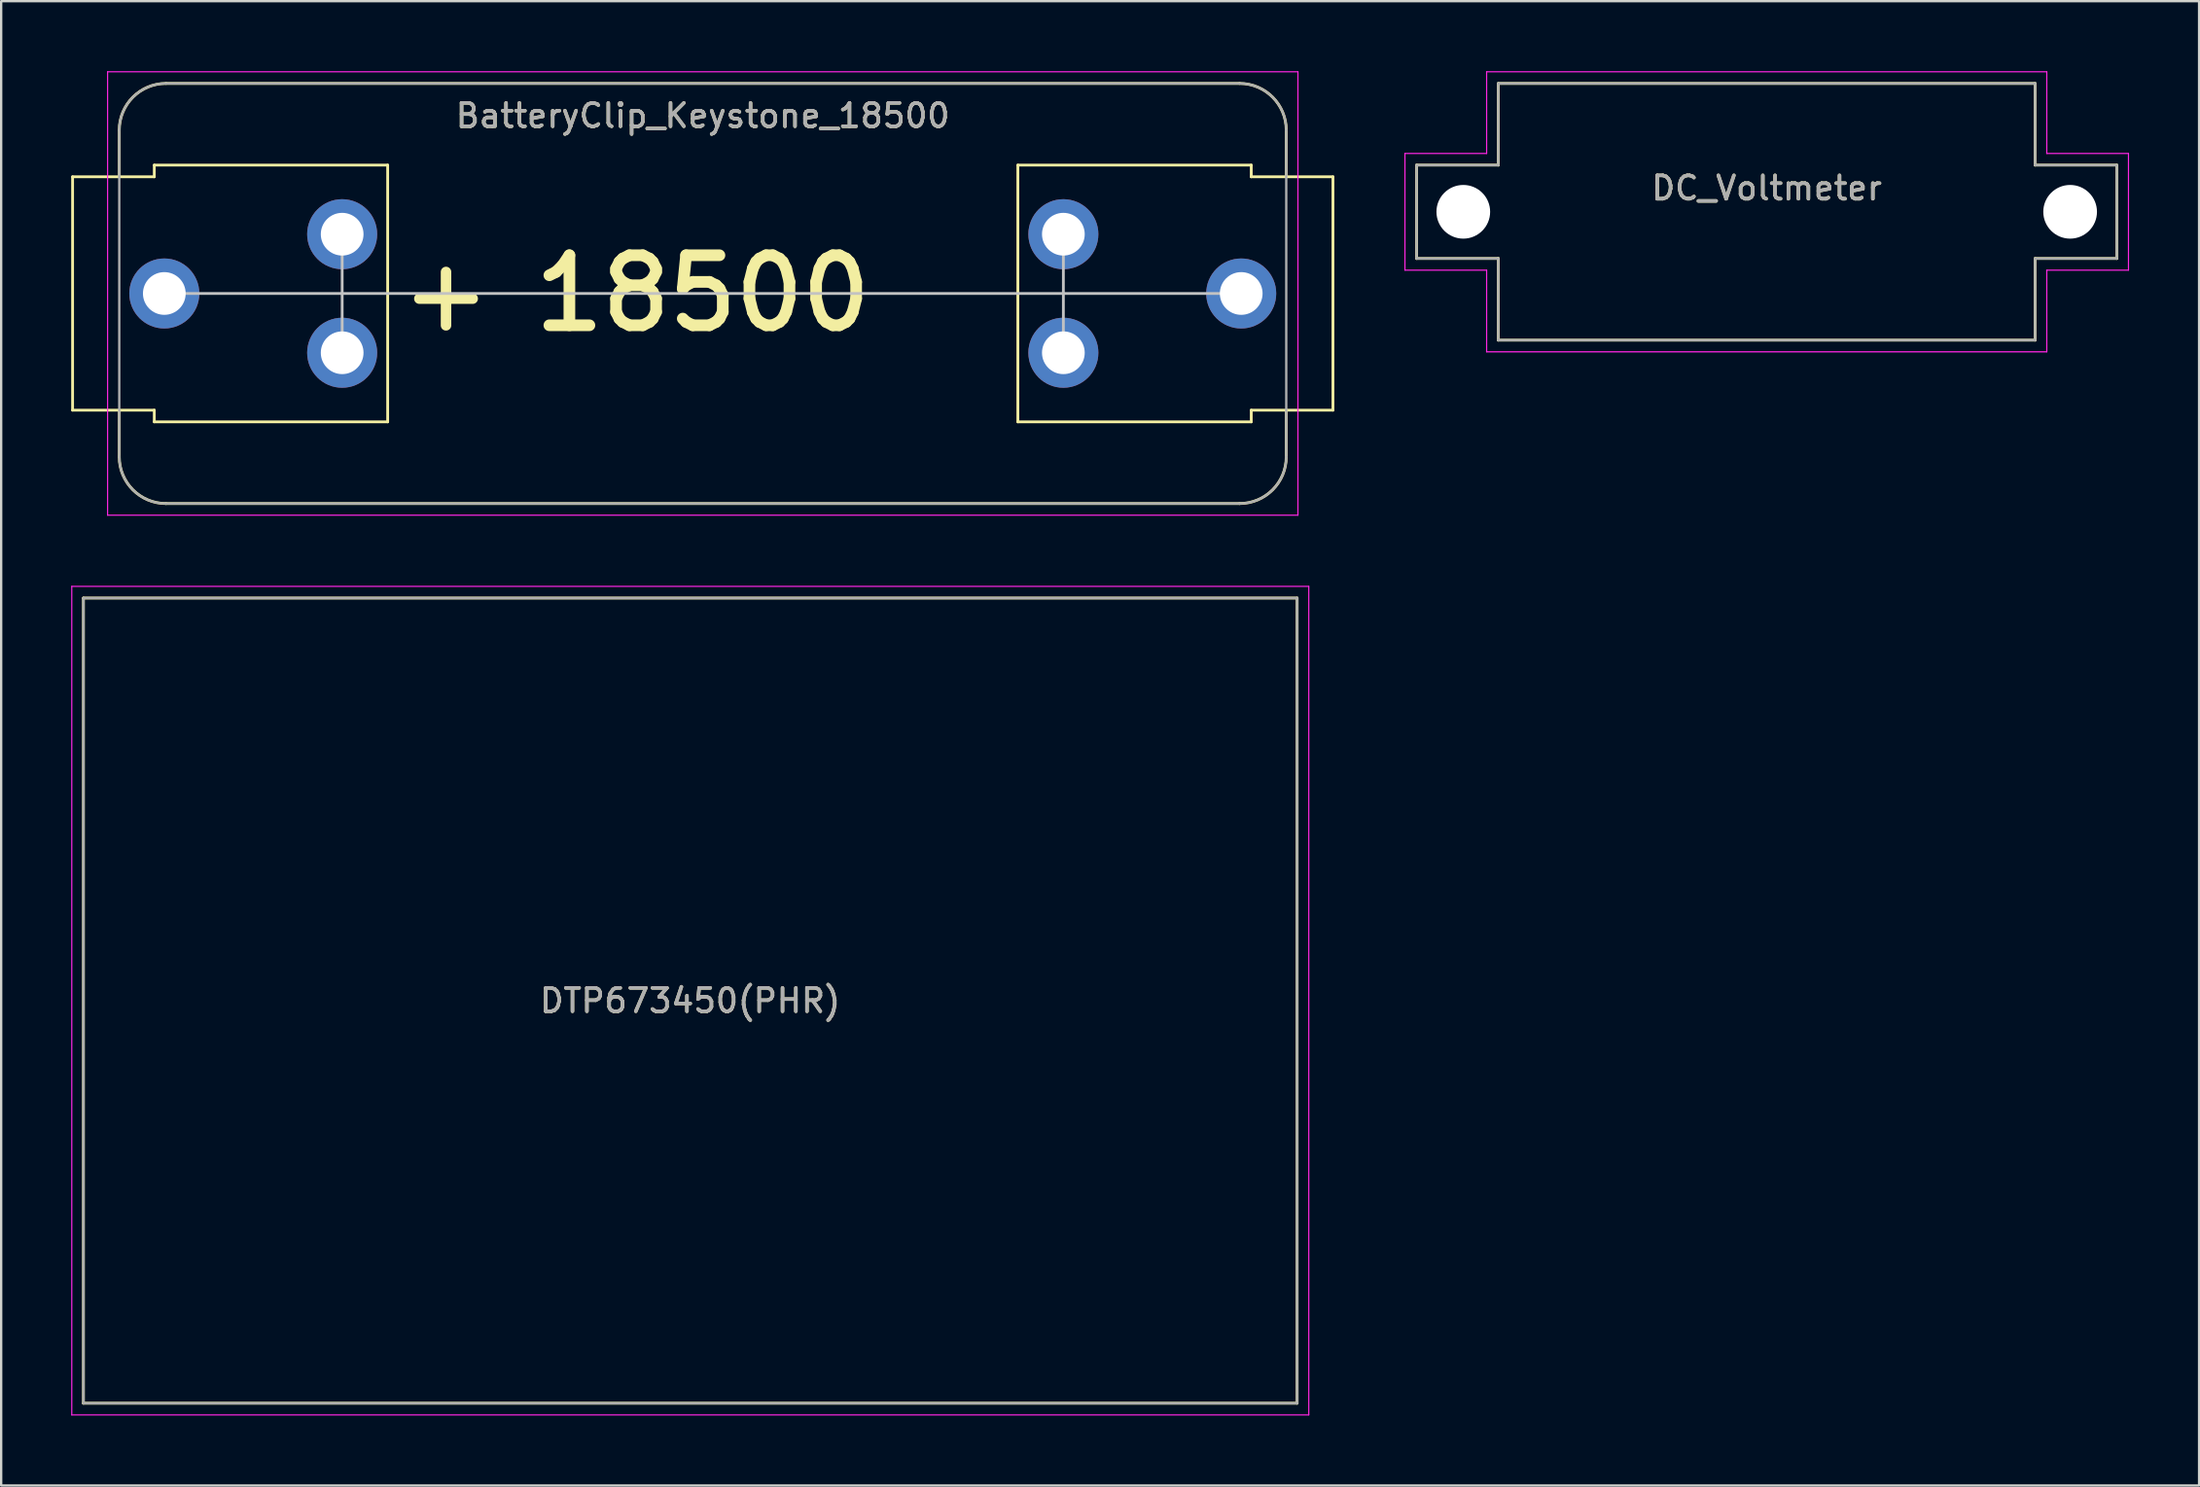
<source format=kicad_pcb>
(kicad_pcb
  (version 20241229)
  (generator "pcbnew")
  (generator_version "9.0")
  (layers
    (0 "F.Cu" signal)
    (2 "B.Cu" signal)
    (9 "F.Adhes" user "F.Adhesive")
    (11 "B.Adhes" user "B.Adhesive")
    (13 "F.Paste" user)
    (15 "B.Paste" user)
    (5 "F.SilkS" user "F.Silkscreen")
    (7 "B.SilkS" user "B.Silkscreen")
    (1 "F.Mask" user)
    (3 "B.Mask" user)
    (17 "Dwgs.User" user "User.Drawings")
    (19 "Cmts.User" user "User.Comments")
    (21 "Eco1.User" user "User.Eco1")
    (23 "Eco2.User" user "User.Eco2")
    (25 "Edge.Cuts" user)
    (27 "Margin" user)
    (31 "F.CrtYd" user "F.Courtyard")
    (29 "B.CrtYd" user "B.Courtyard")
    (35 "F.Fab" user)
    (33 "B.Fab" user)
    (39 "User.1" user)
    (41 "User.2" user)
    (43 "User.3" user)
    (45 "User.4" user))
  (footprint "DTP673450(PHR)"
    (layer "F.Cu")
    (at 26.525 39.825)
    (property "Reference" "DTP673450(PHR)" (at 0 0 0) (unlocked yes) (layer "F.SilkS") (effects (font (size 1 1) (thickness 0.15))))
    (attr smd)
    (fp_line (start -26 -17.25) (end -26 17.25) (stroke (width 0.12) (type solid)) (layer "F.SilkS"))
    (fp_line (start -26 17.25) (end 26 17.25) (stroke (width 0.12) (type solid)) (layer "F.SilkS"))
    (fp_line (start 26 -17.25) (end -26 -17.25) (stroke (width 0.12) (type solid)) (layer "F.SilkS"))
    (fp_line (start 26 17.25) (end 26 -17.25) (stroke (width 0.12) (type solid)) (layer "F.SilkS"))
    (fp_line (start -26.5 -17.75) (end -26.5 17.75) (stroke (width 0.05) (type solid)) (layer "F.CrtYd"))
    (fp_line (start -26.5 17.75) (end 26.5 17.75) (stroke (width 0.05) (type solid)) (layer "F.CrtYd"))
    (fp_line (start 26.5 -17.75) (end -26.5 -17.75) (stroke (width 0.05) (type solid)) (layer "F.CrtYd"))
    (fp_line (start 26.5 17.75) (end 26.5 -17.75) (stroke (width 0.05) (type solid)) (layer "F.CrtYd"))
    (fp_line (start -26 -17.25) (end -26 17.25) (stroke (width 0.1) (type solid)) (layer "F.Fab"))
    (fp_line (start -26 17.25) (end 26 17.25) (stroke (width 0.1) (type solid)) (layer "F.Fab"))
    (fp_line (start 26 -17.25) (end -26 -17.25) (stroke (width 0.1) (type solid)) (layer "F.Fab"))
    (fp_line (start 26 17.25) (end 26 -17.25) (stroke (width 0.1) (type solid)) (layer "F.Fab"))
    (fp_text user "${REFERENCE}" (at 0 0 0) (unlocked yes) (layer "F.Fab") (effects (font (size 1 1) (thickness 0.15)))))
  (footprint "DC_Voltmeter"
    (layer "F.Cu")
    (at 72.645 6.025)
    (property "Reference" "DC_Voltmeter" (at 0 -1.016 0) (unlocked yes) (layer "F.SilkS") (effects (font (size 1 1) (thickness 0.15))))
    (attr through_hole)
    (fp_line (start -15 -2) (end -11.5 -2) (stroke (width 0.12) (type solid)) (layer "F.SilkS"))
    (fp_line (start -15 2) (end -15 -2) (stroke (width 0.12) (type solid)) (layer "F.SilkS"))
    (fp_line (start -15 2) (end -11.5 2) (stroke (width 0.12) (type solid)) (layer "F.SilkS"))
    (fp_line (start -11.5 -5.5) (end -11.5 -2) (stroke (width 0.12) (type solid)) (layer "F.SilkS"))
    (fp_line (start -11.5 -5.5) (end 11.5 -5.5) (stroke (width 0.12) (type solid)) (layer "F.SilkS"))
    (fp_line (start -11.5 5.5) (end -11.5 2) (stroke (width 0.12) (type solid)) (layer "F.SilkS"))
    (fp_line (start 11.5 -5.5) (end 11.5 -2) (stroke (width 0.12) (type solid)) (layer "F.SilkS"))
    (fp_line (start 11.5 5.5) (end -11.5 5.5) (stroke (width 0.12) (type solid)) (layer "F.SilkS"))
    (fp_line (start 11.5 5.5) (end 11.5 2) (stroke (width 0.12) (type solid)) (layer "F.SilkS"))
    (fp_line (start 15 -2) (end 11.5 -2) (stroke (width 0.12) (type solid)) (layer "F.SilkS"))
    (fp_line (start 15 -2) (end 15 2) (stroke (width 0.12) (type solid)) (layer "F.SilkS"))
    (fp_line (start 15 2) (end 11.5 2) (stroke (width 0.12) (type solid)) (layer "F.SilkS"))
    (fp_line (start -15.5 -2.5) (end -12 -2.5) (stroke (width 0.05) (type solid)) (layer "F.CrtYd"))
    (fp_line (start -15.5 2.5) (end -15.5 -2.5) (stroke (width 0.05) (type solid)) (layer "F.CrtYd"))
    (fp_line (start -12 -6) (end 12 -6) (stroke (width 0.05) (type solid)) (layer "F.CrtYd"))
    (fp_line (start -12 -2.5) (end -12 -6) (stroke (width 0.05) (type solid)) (layer "F.CrtYd"))
    (fp_line (start -12 2.5) (end -15.5 2.5) (stroke (width 0.05) (type solid)) (layer "F.CrtYd"))
    (fp_line (start -12 6) (end -12 2.5) (stroke (width 0.05) (type solid)) (layer "F.CrtYd"))
    (fp_line (start 12 -6) (end 12 -2.5) (stroke (width 0.05) (type solid)) (layer "F.CrtYd"))
    (fp_line (start 12 -2.5) (end 15.5 -2.5) (stroke (width 0.05) (type solid)) (layer "F.CrtYd"))
    (fp_line (start 12 2.5) (end 12 6) (stroke (width 0.05) (type solid)) (layer "F.CrtYd"))
    (fp_line (start 12 6) (end -12 6) (stroke (width 0.05) (type solid)) (layer "F.CrtYd"))
    (fp_line (start 15.5 -2.5) (end 15.5 2.5) (stroke (width 0.05) (type solid)) (layer "F.CrtYd"))
    (fp_line (start 15.5 2.5) (end 12 2.5) (stroke (width 0.05) (type solid)) (layer "F.CrtYd"))
    (fp_line (start -15 -2) (end -11.5 -2) (stroke (width 0.1) (type solid)) (layer "F.Fab"))
    (fp_line (start -15 2) (end -15 -2) (stroke (width 0.1) (type solid)) (layer "F.Fab"))
    (fp_line (start -11.5 -5.5) (end 11.5 -5.5) (stroke (width 0.1) (type solid)) (layer "F.Fab"))
    (fp_line (start -11.5 -2) (end -11.5 -5.5) (stroke (width 0.1) (type solid)) (layer "F.Fab"))
    (fp_line (start -11.5 2) (end -15 2) (stroke (width 0.1) (type solid)) (layer "F.Fab"))
    (fp_line (start -11.5 5.5) (end -11.5 2) (stroke (width 0.1) (type solid)) (layer "F.Fab"))
    (fp_line (start 11.5 -5.5) (end 11.5 -2) (stroke (width 0.1) (type solid)) (layer "F.Fab"))
    (fp_line (start 11.5 -2) (end 15 -2) (stroke (width 0.1) (type solid)) (layer "F.Fab"))
    (fp_line (start 11.5 2) (end 11.5 5.5) (stroke (width 0.1) (type solid)) (layer "F.Fab"))
    (fp_line (start 11.5 5.5) (end -11.5 5.5) (stroke (width 0.1) (type solid)) (layer "F.Fab"))
    (fp_line (start 15 -2) (end 15 2) (stroke (width 0.1) (type solid)) (layer "F.Fab"))
    (fp_line (start 15 2) (end 11.5 2) (stroke (width 0.1) (type solid)) (layer "F.Fab"))
    (fp_text user "${REFERENCE}" (at 0 -1.016 0) (unlocked yes) (layer "F.Fab") (effects (font (size 1 1) (thickness 0.15))))
    (pad "" np_thru_hole circle (at -13 0) (size 2.3 2.3) (drill 2.3) (layers "*.Cu" "*.Mask"))
    (pad "" np_thru_hole circle (at 13 0) (size 2.3 2.3) (drill 2.3) (layers "*.Cu" "*.Mask")))
  (footprint "BatteryClip_Keystone_18500"
    (layer "F.Cu")
    (at 27.06 9.525)
    (property "Reference" "BatteryClip_Keystone_18500" (at 0 -7.62 0) (unlocked yes) (layer "F.SilkS") (effects (font (size 1 1) (thickness 0.15))))
    (attr through_hole)
    (fp_line (start -27 -5) (end -23.5 -5) (stroke (width 0.12) (type solid)) (layer "F.SilkS"))
    (fp_line (start -27 5) (end -27 -5) (stroke (width 0.12) (type solid)) (layer "F.SilkS"))
    (fp_line (start -27 5) (end -23.5 5) (stroke (width 0.12) (type solid)) (layer "F.SilkS"))
    (fp_line (start -25 -5) (end -25 -7) (stroke (width 0.12) (type solid)) (layer "F.SilkS"))
    (fp_line (start -25 5) (end -25 7) (stroke (width 0.12) (type solid)) (layer "F.SilkS"))
    (fp_line (start -23.5 -5.5) (end -13.5 -5.5) (stroke (width 0.12) (type solid)) (layer "F.SilkS"))
    (fp_line (start -23.5 -5) (end -23.5 -5.5) (stroke (width 0.12) (type solid)) (layer "F.SilkS"))
    (fp_line (start -23.5 5) (end -23.5 5.5) (stroke (width 0.12) (type solid)) (layer "F.SilkS"))
    (fp_line (start -23 -9) (end 23 -9) (stroke (width 0.12) (type solid)) (layer "F.SilkS"))
    (fp_line (start -23 9) (end 23 9) (stroke (width 0.12) (type solid)) (layer "F.SilkS"))
    (fp_line (start -13.5 -5.5) (end -13.5 5.5) (stroke (width 0.12) (type solid)) (layer "F.SilkS"))
    (fp_line (start -13.5 5.5) (end -23.5 5.5) (stroke (width 0.12) (type solid)) (layer "F.SilkS"))
    (fp_line (start 13.5 -5.5) (end 23.5 -5.5) (stroke (width 0.12) (type solid)) (layer "F.SilkS"))
    (fp_line (start 13.5 5.5) (end 13.5 -5.5) (stroke (width 0.12) (type solid)) (layer "F.SilkS"))
    (fp_line (start 13.5 5.5) (end 23.5 5.5) (stroke (width 0.12) (type solid)) (layer "F.SilkS"))
    (fp_line (start 23.5 -5) (end 23.5 -5.5) (stroke (width 0.12) (type solid)) (layer "F.SilkS"))
    (fp_line (start 23.5 5) (end 23.5 5.5) (stroke (width 0.12) (type solid)) (layer "F.SilkS"))
    (fp_line (start 25 -5) (end 25 -7) (stroke (width 0.12) (type solid)) (layer "F.SilkS"))
    (fp_line (start 25 5) (end 25 7) (stroke (width 0.12) (type solid)) (layer "F.SilkS"))
    (fp_line (start 27 -5) (end 23.5 -5) (stroke (width 0.12) (type solid)) (layer "F.SilkS"))
    (fp_line (start 27 -5) (end 27 5) (stroke (width 0.12) (type solid)) (layer "F.SilkS"))
    (fp_line (start 27 5) (end 23.5 5) (stroke (width 0.12) (type solid)) (layer "F.SilkS"))
    (fp_arc (start -25 -7) (mid -24.414214 -8.414214) (end -23 -9) (stroke (width 0.12) (type solid)) (layer "F.SilkS"))
    (fp_arc (start -23 9) (mid -24.414214 8.414214) (end -25 7) (stroke (width 0.12) (type solid)) (layer "F.SilkS"))
    (fp_arc (start 23 -9) (mid 24.414214 -8.414214) (end 25 -7) (stroke (width 0.12) (type solid)) (layer "F.SilkS"))
    (fp_arc (start 25 7) (mid 24.414214 8.414214) (end 23 9) (stroke (width 0.12) (type solid)) (layer "F.SilkS"))
    (fp_line (start -15.45 0) (end -23.07 0) (stroke (width 0.12) (type solid)) (layer "Dwgs.User"))
    (fp_line (start -15.45 0) (end 15.45 0) (stroke (width 0.12) (type solid)) (layer "Dwgs.User"))
    (fp_line (start -15.45 2.54) (end -15.45 -2.54) (stroke (width 0.12) (type solid)) (layer "Dwgs.User"))
    (fp_line (start 15.45 0) (end 23.07 0) (stroke (width 0.12) (type solid)) (layer "Dwgs.User"))
    (fp_line (start 15.45 2.54) (end 15.45 -2.54) (stroke (width 0.12) (type solid)) (layer "Dwgs.User"))
    (fp_line (start -25.5 -9.5) (end 25.5 -9.5) (stroke (width 0.05) (type solid)) (layer "F.CrtYd"))
    (fp_line (start -25.5 9.5) (end -25.5 -9.5) (stroke (width 0.05) (type solid)) (layer "F.CrtYd"))
    (fp_line (start 25.5 -9.5) (end 25.5 9.5) (stroke (width 0.05) (type solid)) (layer "F.CrtYd"))
    (fp_line (start 25.5 9.5) (end -25.5 9.5) (stroke (width 0.05) (type solid)) (layer "F.CrtYd"))
    (fp_line (start -25 7) (end -25 -7) (stroke (width 0.1) (type solid)) (layer "F.Fab"))
    (fp_line (start -23 -9) (end 23 -9) (stroke (width 0.1) (type solid)) (layer "F.Fab"))
    (fp_line (start 23 9) (end -23 9) (stroke (width 0.1) (type solid)) (layer "F.Fab"))
    (fp_line (start 25 -7) (end 25 7) (stroke (width 0.1) (type solid)) (layer "F.Fab"))
    (fp_arc (start -25 -7) (mid -24.414214 -8.414214) (end -23 -9) (stroke (width 0.1) (type solid)) (layer "F.Fab"))
    (fp_arc (start -23 9) (mid -24.414214 8.414214) (end -25 7) (stroke (width 0.1) (type solid)) (layer "F.Fab"))
    (fp_arc (start 23 -9) (mid 24.414214 -8.414214) (end 25 -7) (stroke (width 0.1) (type solid)) (layer "F.Fab"))
    (fp_arc (start 25 7) (mid 24.414214 8.414214) (end 23 9) (stroke (width 0.1) (type solid)) (layer "F.Fab"))
    (fp_text user "18500" (at 0 0 0) (unlocked yes) (layer "F.SilkS") (effects (font (size 3 3) (thickness 0.5))))
    (fp_text user "+" (at -11 0 0) (layer "F.SilkS") (effects (font (size 3 3) (thickness 0.45))))
    (fp_text user "${REFERENCE}" (at 0 -7.62 0) (unlocked yes) (layer "F.Fab") (effects (font (size 1 1) (thickness 0.15))))
    (pad "1" thru_hole circle (at -23.07 0) (size 3 3) (drill 1.83) (layers "*.Cu" "*.Mask"))
    (pad "1" thru_hole circle (at -15.45 -2.54) (size 3 3) (drill 1.83) (layers "*.Cu" "*.Mask"))
    (pad "1" thru_hole circle (at -15.45 2.54) (size 3 3) (drill 1.83) (layers "*.Cu" "*.Mask"))
    (pad "2" thru_hole circle (at 15.45 -2.54) (size 3 3) (drill 1.83) (layers "*.Cu" "*.Mask"))
    (pad "2" thru_hole circle (at 15.45 2.54) (size 3 3) (drill 1.83) (layers "*.Cu" "*.Mask"))
    (pad "2" thru_hole circle (at 23.07 0) (size 3 3) (drill 1.83) (layers "*.Cu" "*.Mask")))
  (gr_rect
    (start -3 -3)
    (end 91.17 60.6)
    (stroke (width 0.1) (type default))
    (fill no)
    (layer "Edge.Cuts")))
</source>
